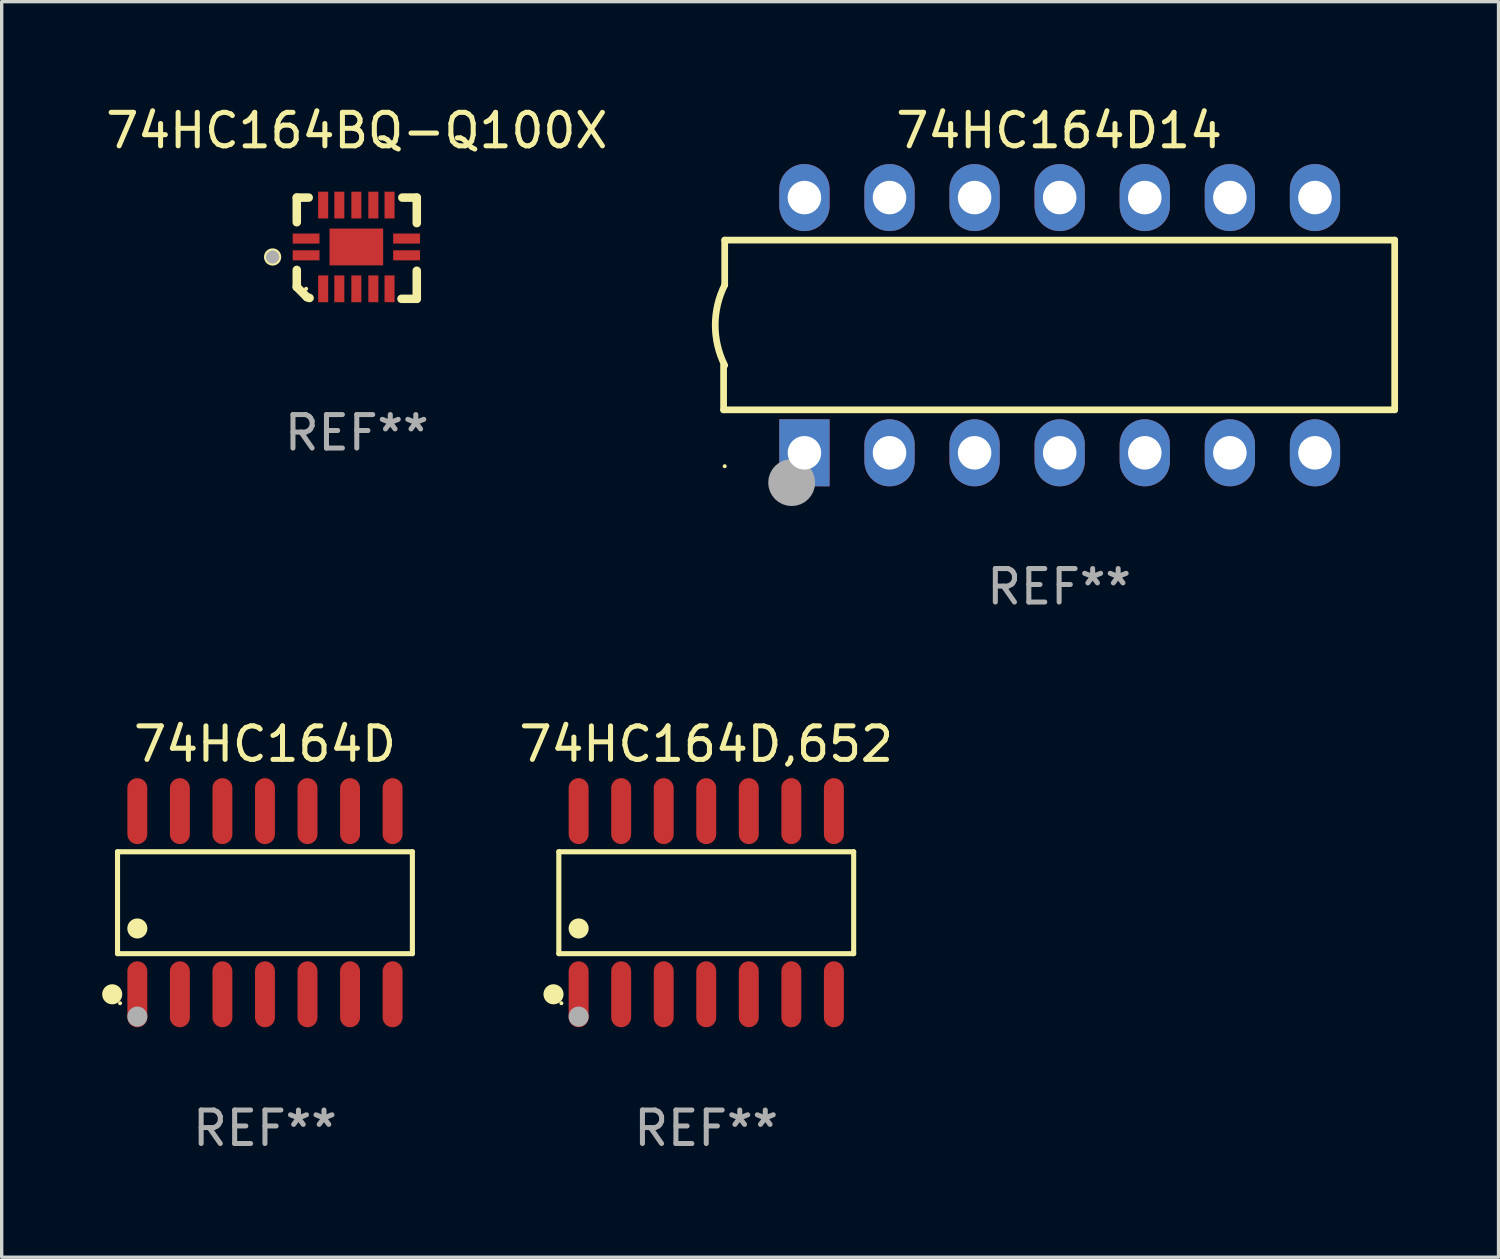
<source format=kicad_pcb>
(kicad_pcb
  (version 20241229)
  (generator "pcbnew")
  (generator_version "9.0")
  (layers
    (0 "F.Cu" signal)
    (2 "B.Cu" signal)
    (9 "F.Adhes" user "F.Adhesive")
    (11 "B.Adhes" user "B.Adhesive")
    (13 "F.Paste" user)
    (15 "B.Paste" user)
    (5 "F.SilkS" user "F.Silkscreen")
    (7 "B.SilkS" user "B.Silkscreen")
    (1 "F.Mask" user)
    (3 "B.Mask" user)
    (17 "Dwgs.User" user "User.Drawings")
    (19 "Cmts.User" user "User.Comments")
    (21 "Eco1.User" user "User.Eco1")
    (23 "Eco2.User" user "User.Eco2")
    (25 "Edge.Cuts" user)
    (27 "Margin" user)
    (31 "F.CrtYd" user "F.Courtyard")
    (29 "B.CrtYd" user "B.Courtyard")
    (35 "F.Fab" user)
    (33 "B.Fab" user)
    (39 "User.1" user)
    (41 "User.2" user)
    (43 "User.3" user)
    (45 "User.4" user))
  (footprint "74HC164D"
    (layer "F.Cu")
    (at 4.86 23.899)
    (property "Reference" "74HC164D" (at 0 -4.734 0) (layer "F.SilkS") (effects (font (size 1 1) (thickness 0.15))))
    (attr through_hole)
    (fp_line (start -4.401 -1.521) (end 4.401 -1.521) (stroke (width 0.152) (type solid)) (layer "F.SilkS"))
    (fp_line (start -4.401 1.521) (end -4.401 -1.521) (stroke (width 0.152) (type solid)) (layer "F.SilkS"))
    (fp_line (start 4.401 -1.521) (end 4.401 1.521) (stroke (width 0.152) (type solid)) (layer "F.SilkS"))
    (fp_line (start 4.401 1.521) (end -4.401 1.521) (stroke (width 0.152) (type solid)) (layer "F.SilkS"))
    (fp_circle (center -4.56 2.734) (end -4.41 2.734) (stroke (width 0.3) (type solid)) (fill no) (layer "F.SilkS"))
    (fp_circle (center -4.325 3) (end -4.295 3) (stroke (width 0.06) (type solid)) (fill no) (layer "F.SilkS"))
    (fp_circle (center -3.81 0.769) (end -3.66 0.769) (stroke (width 0.3) (type solid)) (fill no) (layer "F.SilkS"))
    (fp_circle (center -3.81 3.4) (end -3.66 3.4) (stroke (width 0.3) (type solid)) (fill no) (layer "F.Fab"))
    (fp_text user "REF**" (at 0 6.734 0) (layer "F.Fab") (effects (font (size 1 1) (thickness 0.15))))
    (pad "1" smd oval (at -3.81 2.734) (size 0.595 1.968) (layers "F.Cu" "F.Mask" "F.Paste"))
    (pad "2" smd oval (at -2.54 2.734) (size 0.595 1.968) (layers "F.Cu" "F.Mask" "F.Paste"))
    (pad "3" smd oval (at -1.27 2.734) (size 0.595 1.968) (layers "F.Cu" "F.Mask" "F.Paste"))
    (pad "4" smd oval (at 0 2.734) (size 0.595 1.968) (layers "F.Cu" "F.Mask" "F.Paste"))
    (pad "5" smd oval (at 1.27 2.734) (size 0.595 1.968) (layers "F.Cu" "F.Mask" "F.Paste"))
    (pad "6" smd oval (at 2.54 2.734) (size 0.595 1.968) (layers "F.Cu" "F.Mask" "F.Paste"))
    (pad "7" smd oval (at 3.81 2.734) (size 0.595 1.968) (layers "F.Cu" "F.Mask" "F.Paste"))
    (pad "8" smd oval (at 3.81 -2.734) (size 0.595 1.968) (layers "F.Cu" "F.Mask" "F.Paste"))
    (pad "9" smd oval (at 2.54 -2.734) (size 0.595 1.968) (layers "F.Cu" "F.Mask" "F.Paste"))
    (pad "10" smd oval (at 1.27 -2.734) (size 0.595 1.968) (layers "F.Cu" "F.Mask" "F.Paste"))
    (pad "11" smd oval (at 0 -2.734) (size 0.595 1.968) (layers "F.Cu" "F.Mask" "F.Paste"))
    (pad "12" smd oval (at -1.27 -2.734) (size 0.595 1.968) (layers "F.Cu" "F.Mask" "F.Paste"))
    (pad "13" smd oval (at -2.54 -2.734) (size 0.595 1.968) (layers "F.Cu" "F.Mask" "F.Paste"))
    (pad "14" smd oval (at -3.81 -2.734) (size 0.595 1.968) (layers "F.Cu" "F.Mask" "F.Paste")))
  (footprint "74HC164D,652"
    (layer "F.Cu")
    (at 18.034 23.899)
    (property "Reference" "74HC164D,652" (at 0 -4.734 0) (layer "F.SilkS") (effects (font (size 1 1) (thickness 0.15))))
    (attr through_hole)
    (fp_line (start -4.401 -1.521) (end 4.401 -1.521) (stroke (width 0.152) (type solid)) (layer "F.SilkS"))
    (fp_line (start -4.401 1.521) (end -4.401 -1.521) (stroke (width 0.152) (type solid)) (layer "F.SilkS"))
    (fp_line (start 4.401 -1.521) (end 4.401 1.521) (stroke (width 0.152) (type solid)) (layer "F.SilkS"))
    (fp_line (start 4.401 1.521) (end -4.401 1.521) (stroke (width 0.152) (type solid)) (layer "F.SilkS"))
    (fp_circle (center -4.56 2.734) (end -4.41 2.734) (stroke (width 0.3) (type solid)) (fill no) (layer "F.SilkS"))
    (fp_circle (center -4.325 3) (end -4.295 3) (stroke (width 0.06) (type solid)) (fill no) (layer "F.SilkS"))
    (fp_circle (center -3.81 0.769) (end -3.66 0.769) (stroke (width 0.3) (type solid)) (fill no) (layer "F.SilkS"))
    (fp_circle (center -3.81 3.4) (end -3.66 3.4) (stroke (width 0.3) (type solid)) (fill no) (layer "F.Fab"))
    (fp_text user "REF**" (at 0 6.734 0) (layer "F.Fab") (effects (font (size 1 1) (thickness 0.15))))
    (pad "1" smd oval (at -3.81 2.734) (size 0.595 1.968) (layers "F.Cu" "F.Mask" "F.Paste"))
    (pad "2" smd oval (at -2.54 2.734) (size 0.595 1.968) (layers "F.Cu" "F.Mask" "F.Paste"))
    (pad "3" smd oval (at -1.27 2.734) (size 0.595 1.968) (layers "F.Cu" "F.Mask" "F.Paste"))
    (pad "4" smd oval (at 0 2.734) (size 0.595 1.968) (layers "F.Cu" "F.Mask" "F.Paste"))
    (pad "5" smd oval (at 1.27 2.734) (size 0.595 1.968) (layers "F.Cu" "F.Mask" "F.Paste"))
    (pad "6" smd oval (at 2.54 2.734) (size 0.595 1.968) (layers "F.Cu" "F.Mask" "F.Paste"))
    (pad "7" smd oval (at 3.81 2.734) (size 0.595 1.968) (layers "F.Cu" "F.Mask" "F.Paste"))
    (pad "8" smd oval (at 3.81 -2.734) (size 0.595 1.968) (layers "F.Cu" "F.Mask" "F.Paste"))
    (pad "9" smd oval (at 2.54 -2.734) (size 0.595 1.968) (layers "F.Cu" "F.Mask" "F.Paste"))
    (pad "10" smd oval (at 1.27 -2.734) (size 0.595 1.968) (layers "F.Cu" "F.Mask" "F.Paste"))
    (pad "11" smd oval (at 0 -2.734) (size 0.595 1.968) (layers "F.Cu" "F.Mask" "F.Paste"))
    (pad "12" smd oval (at -1.27 -2.734) (size 0.595 1.968) (layers "F.Cu" "F.Mask" "F.Paste"))
    (pad "13" smd oval (at -2.54 -2.734) (size 0.595 1.968) (layers "F.Cu" "F.Mask" "F.Paste"))
    (pad "14" smd oval (at -3.81 -2.734) (size 0.595 1.968) (layers "F.Cu" "F.Mask" "F.Paste")))
  (footprint "74HC164D14"
    (layer "F.Cu")
    (at 28.569 6.658)
    (property "Reference" "74HC164D14" (at 0 -5.81 0) (layer "F.SilkS") (effects (font (size 1 1) (thickness 0.15))))
    (attr through_hole)
    (fp_line (start -10.017 2.527) (end -10.017 1.199) (stroke (width 0.2) (type solid)) (layer "F.SilkS"))
    (fp_line (start -9.984 -2.54) (end 10.017 -2.54) (stroke (width 0.2) (type solid)) (layer "F.SilkS"))
    (fp_line (start -9.984 -1.2) (end -9.984 -2.54) (stroke (width 0.2) (type solid)) (layer "F.SilkS"))
    (fp_line (start 10.017 -2.54) (end 10.017 2.527) (stroke (width 0.2) (type solid)) (layer "F.SilkS"))
    (fp_line (start 10.017 2.527) (end -10.017 2.527) (stroke (width 0.2) (type solid)) (layer "F.SilkS"))
    (fp_arc (start -9.983503 1.198882) (mid -10.266661 -0.000556) (end -9.983528 -1.2) (stroke (width 0.2) (type solid)) (layer "F.SilkS"))
    (fp_circle (center -9.984 4.21) (end -9.954 4.21) (stroke (width 0.06) (type solid)) (fill no) (layer "F.SilkS"))
    (fp_circle (center -7.985 4.699) (end -7.635 4.699) (stroke (width 0.7) (type solid)) (fill no) (layer "F.Fab"))
    (fp_text user "REF**" (at 0 7.81 0) (layer "F.Fab") (effects (font (size 1 1) (thickness 0.15))))
    (pad "1" thru_hole rect (at -7.604 3.81 90) (size 2 1.5) (drill 1) (layers "*.Cu" "*.Mask"))
    (pad "2" thru_hole oval (at -5.064 3.81 90) (size 2 1.5) (drill 1) (layers "*.Cu" "*.Mask"))
    (pad "3" thru_hole oval (at -2.524 3.81 90) (size 2 1.5) (drill 1) (layers "*.Cu" "*.Mask"))
    (pad "4" thru_hole oval (at 0.016 3.81 90) (size 2 1.5) (drill 1) (layers "*.Cu" "*.Mask"))
    (pad "5" thru_hole oval (at 2.557 3.81 90) (size 2 1.5) (drill 1) (layers "*.Cu" "*.Mask"))
    (pad "6" thru_hole oval (at 5.097 3.81 90) (size 2 1.5) (drill 1) (layers "*.Cu" "*.Mask"))
    (pad "7" thru_hole oval (at 7.637 3.81 90) (size 2 1.5) (drill 1) (layers "*.Cu" "*.Mask"))
    (pad "8" thru_hole oval (at 7.637 -3.81 90) (size 2 1.5) (drill 1) (layers "*.Cu" "*.Mask"))
    (pad "9" thru_hole oval (at 5.097 -3.81 90) (size 2 1.5) (drill 1) (layers "*.Cu" "*.Mask"))
    (pad "10" thru_hole oval (at 2.557 -3.81 90) (size 2 1.5) (drill 1) (layers "*.Cu" "*.Mask"))
    (pad "11" thru_hole oval (at 0.016 -3.81 90) (size 2 1.5) (drill 1) (layers "*.Cu" "*.Mask"))
    (pad "12" thru_hole oval (at -2.524 -3.81 90) (size 2 1.5) (drill 1) (layers "*.Cu" "*.Mask"))
    (pad "13" thru_hole oval (at -5.064 -3.81 90) (size 2 1.5) (drill 1) (layers "*.Cu" "*.Mask"))
    (pad "14" thru_hole oval (at -7.604 -3.81 90) (size 2 1.5) (drill 1) (layers "*.Cu" "*.Mask")))
  (footprint "74HC164BQ-Q100X"
    (layer "F.Cu")
    (at 7.601 4.36)
    (property "Reference" "74HC164BQ-Q100X" (at 0 -3.511 0) (layer "F.SilkS") (effects (font (size 1 1) (thickness 0.15))))
    (attr through_hole)
    (fp_line (start -1.791 -1.511) (end -1.435 -1.511) (stroke (width 0.254) (type solid)) (layer "F.SilkS"))
    (fp_line (start -1.791 -0.775) (end -1.791 -1.511) (stroke (width 0.254) (type solid)) (layer "F.SilkS"))
    (fp_line (start -1.791 1.156) (end -1.791 0.648) (stroke (width 0.254) (type solid)) (layer "F.SilkS"))
    (fp_line (start -1.486 1.461) (end -1.791 1.156) (stroke (width 0.254) (type solid)) (layer "F.SilkS"))
    (fp_line (start -1.41 1.486) (end -1.486 1.461) (stroke (width 0.254) (type solid)) (layer "F.SilkS"))
    (fp_line (start 1.334 1.511) (end 1.791 1.511) (stroke (width 0.254) (type solid)) (layer "F.SilkS"))
    (fp_line (start 1.791 -1.511) (end 1.359 -1.511) (stroke (width 0.254) (type solid)) (layer "F.SilkS"))
    (fp_line (start 1.791 -0.749) (end 1.791 -1.511) (stroke (width 0.254) (type solid)) (layer "F.SilkS"))
    (fp_line (start 1.791 1.511) (end 1.791 0.673) (stroke (width 0.254) (type solid)) (layer "F.SilkS"))
    (fp_circle (center -2.513 0.262) (end -2.383 0.262) (stroke (width 0.254) (type solid)) (fill no) (layer "F.SilkS"))
    (fp_circle (center -1.513 1.212) (end -1.483 1.212) (stroke (width 0.06) (type solid)) (fill no) (layer "F.SilkS"))
    (fp_circle (center -2.513 0.262) (end -2.413 0.262) (stroke (width 0.2) (type solid)) (fill no) (layer "F.Fab"))
    (fp_text user "REF**" (at 0 5.511 0) (layer "F.Fab") (effects (font (size 1 1) (thickness 0.15))))
    (pad "1" smd rect (at -1.513 0.212) (size 0.8 0.3) (layers "F.Cu" "F.Mask" "F.Paste"))
    (pad "2" smd rect (at -1.003 1.212) (size 0.3 0.8) (layers "F.Cu" "F.Mask" "F.Paste"))
    (pad "3" smd rect (at -0.521 1.212) (size 0.3 0.8) (layers "F.Cu" "F.Mask" "F.Paste"))
    (pad "4" smd rect (at -0.013 1.212) (size 0.3 0.8) (layers "F.Cu" "F.Mask" "F.Paste"))
    (pad "5" smd rect (at 0.495 1.212) (size 0.3 0.8) (layers "F.Cu" "F.Mask" "F.Paste"))
    (pad "6" smd rect (at 0.978 1.212) (size 0.3 0.8) (layers "F.Cu" "F.Mask" "F.Paste"))
    (pad "7" smd rect (at 1.487 0.212) (size 0.8 0.3) (layers "F.Cu" "F.Mask" "F.Paste"))
    (pad "8" smd rect (at 1.487 -0.288) (size 0.8 0.3) (layers "F.Cu" "F.Mask" "F.Paste"))
    (pad "9" smd rect (at 0.978 -1.288) (size 0.3 0.8) (layers "F.Cu" "F.Mask" "F.Paste"))
    (pad "10" smd rect (at 0.495 -1.288) (size 0.3 0.8) (layers "F.Cu" "F.Mask" "F.Paste"))
    (pad "11" smd rect (at -0.013 -1.288) (size 0.3 0.8) (layers "F.Cu" "F.Mask" "F.Paste"))
    (pad "12" smd rect (at -0.521 -1.288) (size 0.3 0.8) (layers "F.Cu" "F.Mask" "F.Paste"))
    (pad "13" smd rect (at -1.003 -1.288) (size 0.3 0.8) (layers "F.Cu" "F.Mask" "F.Paste"))
    (pad "14" smd rect (at -1.513 -0.288) (size 0.8 0.3) (layers "F.Cu" "F.Mask" "F.Paste"))
    (pad "15" smd rect (at -0.013 -0.038 90) (size 1.1 1.6) (layers "F.Cu" "F.Mask" "F.Paste")))
  (gr_rect
    (start -3 -3)
    (end 41.686 34.481)
    (stroke (width 0.1) (type default))
    (fill no)
    (layer "Edge.Cuts")))
</source>
